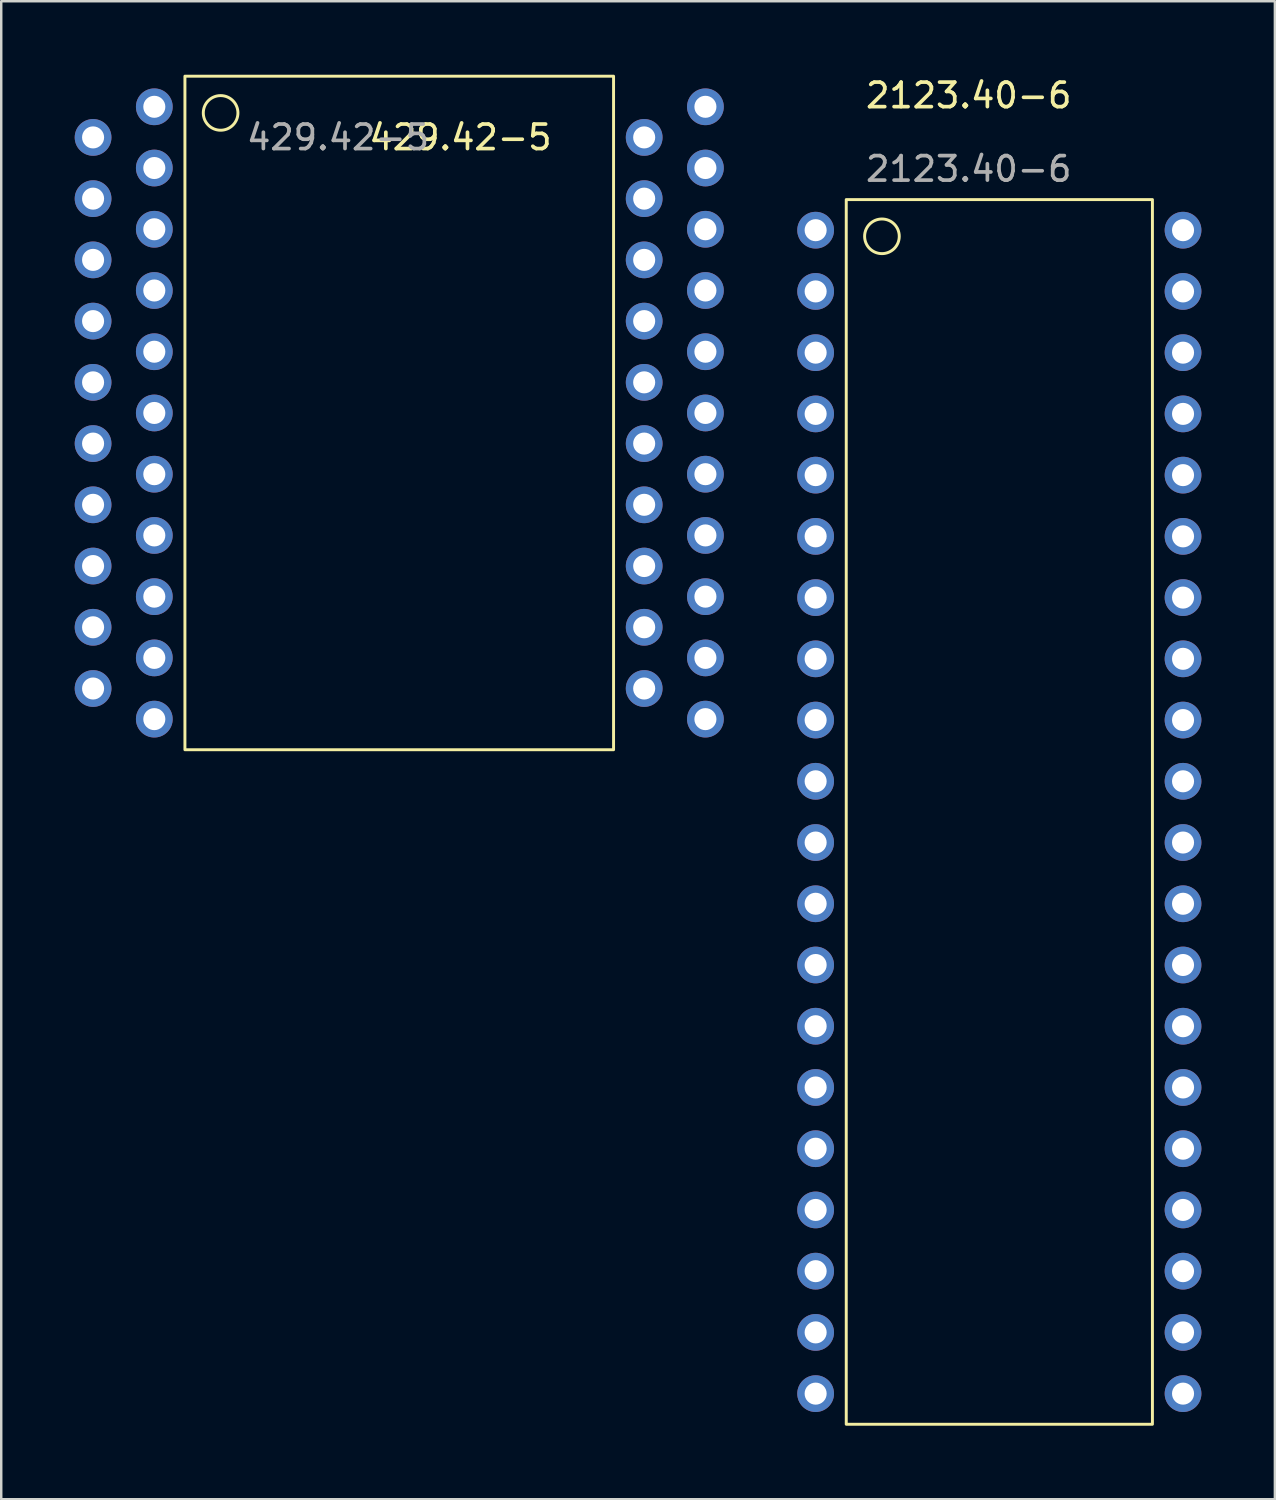
<source format=kicad_pcb>
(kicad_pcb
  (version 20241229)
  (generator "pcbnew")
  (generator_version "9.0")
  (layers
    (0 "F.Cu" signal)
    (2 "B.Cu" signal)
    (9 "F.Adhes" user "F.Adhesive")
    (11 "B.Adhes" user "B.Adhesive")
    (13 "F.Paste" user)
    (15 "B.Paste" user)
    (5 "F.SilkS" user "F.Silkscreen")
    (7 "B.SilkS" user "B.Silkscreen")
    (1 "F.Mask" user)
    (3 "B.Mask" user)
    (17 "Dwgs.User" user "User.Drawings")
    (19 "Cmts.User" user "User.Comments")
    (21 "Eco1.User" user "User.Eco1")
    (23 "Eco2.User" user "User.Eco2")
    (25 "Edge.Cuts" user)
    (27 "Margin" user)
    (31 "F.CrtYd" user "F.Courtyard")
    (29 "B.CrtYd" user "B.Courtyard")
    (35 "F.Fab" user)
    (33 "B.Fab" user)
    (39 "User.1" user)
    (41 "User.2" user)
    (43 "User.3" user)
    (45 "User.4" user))
  (footprint "2123.40-6"
    (layer "F.Cu")
    (at 36.5 1.348)
    (property "Reference" "2123.40-6" (at 0 -0.5 0) (unlocked yes) (layer "F.SilkS") (effects (font (size 1 1) (thickness 0.15))))
    (attr through_hole)
    (fp_rect (start -5 3.75) (end 7.5 53.75) (stroke (width 0.12) (type solid)) (fill no) (layer "F.SilkS"))
    (fp_circle (center -3.543 5.25) (end -3.043 5.75) (stroke (width 0.12) (type solid)) (fill no) (layer "F.SilkS"))
    (fp_text user "${REFERENCE}" (at 0 2.5 0) (unlocked yes) (layer "F.Fab") (effects (font (size 1 1) (thickness 0.15))))
    (pad "01" thru_hole circle (at -6.25 5) (size 1.5 1.5) (drill 0.9) (layers "*.Cu" "*.Mask"))
    (pad "02" thru_hole circle (at -6.25 7.5) (size 1.5 1.5) (drill 0.9) (layers "*.Cu" "*.Mask"))
    (pad "03" thru_hole circle (at -6.25 10) (size 1.5 1.5) (drill 0.9) (layers "*.Cu" "*.Mask"))
    (pad "04" thru_hole circle (at -6.25 12.5) (size 1.5 1.5) (drill 0.9) (layers "*.Cu" "*.Mask"))
    (pad "05" thru_hole circle (at -6.25 15) (size 1.5 1.5) (drill 0.9) (layers "*.Cu" "*.Mask"))
    (pad "06" thru_hole circle (at -6.25 17.5) (size 1.5 1.5) (drill 0.9) (layers "*.Cu" "*.Mask"))
    (pad "07" thru_hole circle (at -6.25 20) (size 1.5 1.5) (drill 0.9) (layers "*.Cu" "*.Mask"))
    (pad "08" thru_hole circle (at -6.25 22.5) (size 1.5 1.5) (drill 0.9) (layers "*.Cu" "*.Mask"))
    (pad "09" thru_hole circle (at -6.25 25) (size 1.5 1.5) (drill 0.9) (layers "*.Cu" "*.Mask"))
    (pad "10" thru_hole circle (at -6.25 27.5) (size 1.5 1.5) (drill 0.9) (layers "*.Cu" "*.Mask"))
    (pad "11" thru_hole circle (at -6.25 30) (size 1.5 1.5) (drill 0.9) (layers "*.Cu" "*.Mask"))
    (pad "12" thru_hole circle (at -6.25 32.5) (size 1.5 1.5) (drill 0.9) (layers "*.Cu" "*.Mask"))
    (pad "13" thru_hole circle (at -6.25 35) (size 1.5 1.5) (drill 0.9) (layers "*.Cu" "*.Mask"))
    (pad "14" thru_hole circle (at -6.25 37.5) (size 1.5 1.5) (drill 0.9) (layers "*.Cu" "*.Mask"))
    (pad "15" thru_hole circle (at -6.25 40) (size 1.5 1.5) (drill 0.9) (layers "*.Cu" "*.Mask"))
    (pad "16" thru_hole circle (at -6.25 42.5) (size 1.5 1.5) (drill 0.9) (layers "*.Cu" "*.Mask"))
    (pad "17" thru_hole circle (at -6.25 45) (size 1.5 1.5) (drill 0.9) (layers "*.Cu" "*.Mask"))
    (pad "18" thru_hole circle (at -6.25 47.5) (size 1.5 1.5) (drill 0.9) (layers "*.Cu" "*.Mask"))
    (pad "19" thru_hole circle (at -6.25 50) (size 1.5 1.5) (drill 0.9) (layers "*.Cu" "*.Mask"))
    (pad "20" thru_hole circle (at -6.25 52.5) (size 1.5 1.5) (drill 0.9) (layers "*.Cu" "*.Mask"))
    (pad "21" thru_hole circle (at 8.75 52.5) (size 1.5 1.5) (drill 0.9) (layers "*.Cu" "*.Mask"))
    (pad "22" thru_hole circle (at 8.75 50) (size 1.5 1.5) (drill 0.9) (layers "*.Cu" "*.Mask"))
    (pad "23" thru_hole circle (at 8.75 47.5) (size 1.5 1.5) (drill 0.9) (layers "*.Cu" "*.Mask"))
    (pad "24" thru_hole circle (at 8.75 45) (size 1.5 1.5) (drill 0.9) (layers "*.Cu" "*.Mask"))
    (pad "25" thru_hole circle (at 8.75 42.5) (size 1.5 1.5) (drill 0.9) (layers "*.Cu" "*.Mask"))
    (pad "26" thru_hole circle (at 8.75 40) (size 1.5 1.5) (drill 0.9) (layers "*.Cu" "*.Mask"))
    (pad "27" thru_hole circle (at 8.75 37.5) (size 1.5 1.5) (drill 0.9) (layers "*.Cu" "*.Mask"))
    (pad "28" thru_hole circle (at 8.75 35) (size 1.5 1.5) (drill 0.9) (layers "*.Cu" "*.Mask"))
    (pad "29" thru_hole circle (at 8.75 32.5) (size 1.5 1.5) (drill 0.9) (layers "*.Cu" "*.Mask"))
    (pad "30" thru_hole circle (at 8.75 30) (size 1.5 1.5) (drill 0.9) (layers "*.Cu" "*.Mask"))
    (pad "31" thru_hole circle (at 8.75 27.5) (size 1.5 1.5) (drill 0.9) (layers "*.Cu" "*.Mask"))
    (pad "32" thru_hole circle (at 8.75 25) (size 1.5 1.5) (drill 0.9) (layers "*.Cu" "*.Mask"))
    (pad "33" thru_hole circle (at 8.75 22.5) (size 1.5 1.5) (drill 0.9) (layers "*.Cu" "*.Mask"))
    (pad "34" thru_hole circle (at 8.75 20) (size 1.5 1.5) (drill 0.9) (layers "*.Cu" "*.Mask"))
    (pad "35" thru_hole circle (at 8.75 17.5) (size 1.5 1.5) (drill 0.9) (layers "*.Cu" "*.Mask"))
    (pad "36" thru_hole circle (at 8.75 15) (size 1.5 1.5) (drill 0.9) (layers "*.Cu" "*.Mask"))
    (pad "37" thru_hole circle (at 8.75 12.5) (size 1.5 1.5) (drill 0.9) (layers "*.Cu" "*.Mask"))
    (pad "38" thru_hole circle (at 8.75 10) (size 1.5 1.5) (drill 0.9) (layers "*.Cu" "*.Mask"))
    (pad "39" thru_hole circle (at 8.75 7.5) (size 1.5 1.5) (drill 0.9) (layers "*.Cu" "*.Mask"))
    (pad "40" thru_hole circle (at 8.75 5) (size 1.5 1.5) (drill 0.9) (layers "*.Cu" "*.Mask")))
  (footprint "429.42-5"
    (layer "F.Cu")
    (at 13.25 6.31)
    (property "Reference" "429.42-5" (at 2.5 -3.75 0) (unlocked yes) (layer "F.SilkS") (effects (font (size 1 1) (thickness 0.15))))
    (attr through_hole)
    (fp_rect (start 8.75 21.25) (end -8.75 -6.25) (stroke (width 0.12) (type solid)) (fill no) (layer "F.SilkS"))
    (fp_circle (center -7.293 -4.75) (end -7.793 -5.25) (stroke (width 0.12) (type solid)) (fill no) (layer "F.SilkS"))
    (fp_text user "${REFERENCE}" (at -2.5 -3.75 0) (unlocked yes) (layer "F.Fab") (effects (font (size 1 1) (thickness 0.15))))
    (pad "01" thru_hole circle (at -10 -5 180) (size 1.5 1.5) (drill 0.9) (layers "*.Cu" "*.Mask"))
    (pad "02" thru_hole circle (at -12.5 -3.75 180) (size 1.5 1.5) (drill 0.9) (layers "*.Cu" "*.Mask"))
    (pad "03" thru_hole circle (at -10 -2.5 180) (size 1.5 1.5) (drill 0.9) (layers "*.Cu" "*.Mask"))
    (pad "04" thru_hole circle (at -12.5 -1.25 180) (size 1.5 1.5) (drill 0.9) (layers "*.Cu" "*.Mask"))
    (pad "05" thru_hole circle (at -10 0 180) (size 1.5 1.5) (drill 0.9) (layers "*.Cu" "*.Mask"))
    (pad "06" thru_hole circle (at -12.5 1.25 180) (size 1.5 1.5) (drill 0.9) (layers "*.Cu" "*.Mask"))
    (pad "07" thru_hole circle (at -10 2.5 180) (size 1.5 1.5) (drill 0.9) (layers "*.Cu" "*.Mask"))
    (pad "08" thru_hole circle (at -12.5 3.75 180) (size 1.5 1.5) (drill 0.9) (layers "*.Cu" "*.Mask"))
    (pad "09" thru_hole circle (at -10 5 180) (size 1.5 1.5) (drill 0.9) (layers "*.Cu" "*.Mask"))
    (pad "10" thru_hole circle (at -12.5 6.25 180) (size 1.5 1.5) (drill 0.9) (layers "*.Cu" "*.Mask"))
    (pad "11" thru_hole circle (at -10 7.5 180) (size 1.5 1.5) (drill 0.9) (layers "*.Cu" "*.Mask"))
    (pad "12" thru_hole circle (at -12.5 8.75 180) (size 1.5 1.5) (drill 0.9) (layers "*.Cu" "*.Mask"))
    (pad "13" thru_hole circle (at -10 10 180) (size 1.5 1.5) (drill 0.9) (layers "*.Cu" "*.Mask"))
    (pad "14" thru_hole circle (at -12.5 11.25 180) (size 1.5 1.5) (drill 0.9) (layers "*.Cu" "*.Mask"))
    (pad "15" thru_hole circle (at -10 12.5 180) (size 1.5 1.5) (drill 0.9) (layers "*.Cu" "*.Mask"))
    (pad "16" thru_hole circle (at -12.5 13.75 180) (size 1.5 1.5) (drill 0.9) (layers "*.Cu" "*.Mask"))
    (pad "17" thru_hole circle (at -10 15 180) (size 1.5 1.5) (drill 0.9) (layers "*.Cu" "*.Mask"))
    (pad "18" thru_hole circle (at -12.5 16.25 180) (size 1.5 1.5) (drill 0.9) (layers "*.Cu" "*.Mask"))
    (pad "19" thru_hole circle (at -10 17.5 180) (size 1.5 1.5) (drill 0.9) (layers "*.Cu" "*.Mask"))
    (pad "20" thru_hole circle (at -12.5 18.75 180) (size 1.5 1.5) (drill 0.9) (layers "*.Cu" "*.Mask"))
    (pad "21" thru_hole circle (at -10 20 180) (size 1.5 1.5) (drill 0.9) (layers "*.Cu" "*.Mask"))
    (pad "22" thru_hole circle (at 12.5 20 180) (size 1.5 1.5) (drill 0.9) (layers "*.Cu" "*.Mask"))
    (pad "23" thru_hole circle (at 10 18.75 180) (size 1.5 1.5) (drill 0.9) (layers "*.Cu" "*.Mask"))
    (pad "24" thru_hole circle (at 12.5 17.5 180) (size 1.5 1.5) (drill 0.9) (layers "*.Cu" "*.Mask"))
    (pad "25" thru_hole circle (at 10 16.25 180) (size 1.5 1.5) (drill 0.9) (layers "*.Cu" "*.Mask"))
    (pad "26" thru_hole circle (at 12.5 15 180) (size 1.5 1.5) (drill 0.9) (layers "*.Cu" "*.Mask"))
    (pad "27" thru_hole circle (at 10 13.75 180) (size 1.5 1.5) (drill 0.9) (layers "*.Cu" "*.Mask"))
    (pad "28" thru_hole circle (at 12.5 12.5 180) (size 1.5 1.5) (drill 0.9) (layers "*.Cu" "*.Mask"))
    (pad "29" thru_hole circle (at 10 11.25 180) (size 1.5 1.5) (drill 0.9) (layers "*.Cu" "*.Mask"))
    (pad "30" thru_hole circle (at 12.5 10 180) (size 1.5 1.5) (drill 0.9) (layers "*.Cu" "*.Mask"))
    (pad "31" thru_hole circle (at 10 8.75 180) (size 1.5 1.5) (drill 0.9) (layers "*.Cu" "*.Mask"))
    (pad "32" thru_hole circle (at 12.5 7.5 180) (size 1.5 1.5) (drill 0.9) (layers "*.Cu" "*.Mask"))
    (pad "33" thru_hole circle (at 10 6.25 180) (size 1.5 1.5) (drill 0.9) (layers "*.Cu" "*.Mask"))
    (pad "34" thru_hole circle (at 12.5 5 180) (size 1.5 1.5) (drill 0.9) (layers "*.Cu" "*.Mask"))
    (pad "35" thru_hole circle (at 10 3.75 180) (size 1.5 1.5) (drill 0.9) (layers "*.Cu" "*.Mask"))
    (pad "36" thru_hole circle (at 12.5 2.5 180) (size 1.5 1.5) (drill 0.9) (layers "*.Cu" "*.Mask"))
    (pad "37" thru_hole circle (at 10 1.25 180) (size 1.5 1.5) (drill 0.9) (layers "*.Cu" "*.Mask"))
    (pad "38" thru_hole circle (at 12.5 0 180) (size 1.5 1.5) (drill 0.9) (layers "*.Cu" "*.Mask"))
    (pad "39" thru_hole circle (at 10 -1.25 180) (size 1.5 1.5) (drill 0.9) (layers "*.Cu" "*.Mask"))
    (pad "40" thru_hole circle (at 12.5 -2.5 180) (size 1.5 1.5) (drill 0.9) (layers "*.Cu" "*.Mask"))
    (pad "41" thru_hole circle (at 10 -3.75 180) (size 1.5 1.5) (drill 0.9) (layers "*.Cu" "*.Mask"))
    (pad "42" thru_hole circle (at 12.5 -5 180) (size 1.5 1.5) (drill 0.9) (layers "*.Cu" "*.Mask")))
  (gr_rect
    (start -3 -3)
    (end 49 58.158)
    (stroke (width 0.1) (type default))
    (fill no)
    (layer "Edge.Cuts")))
</source>
